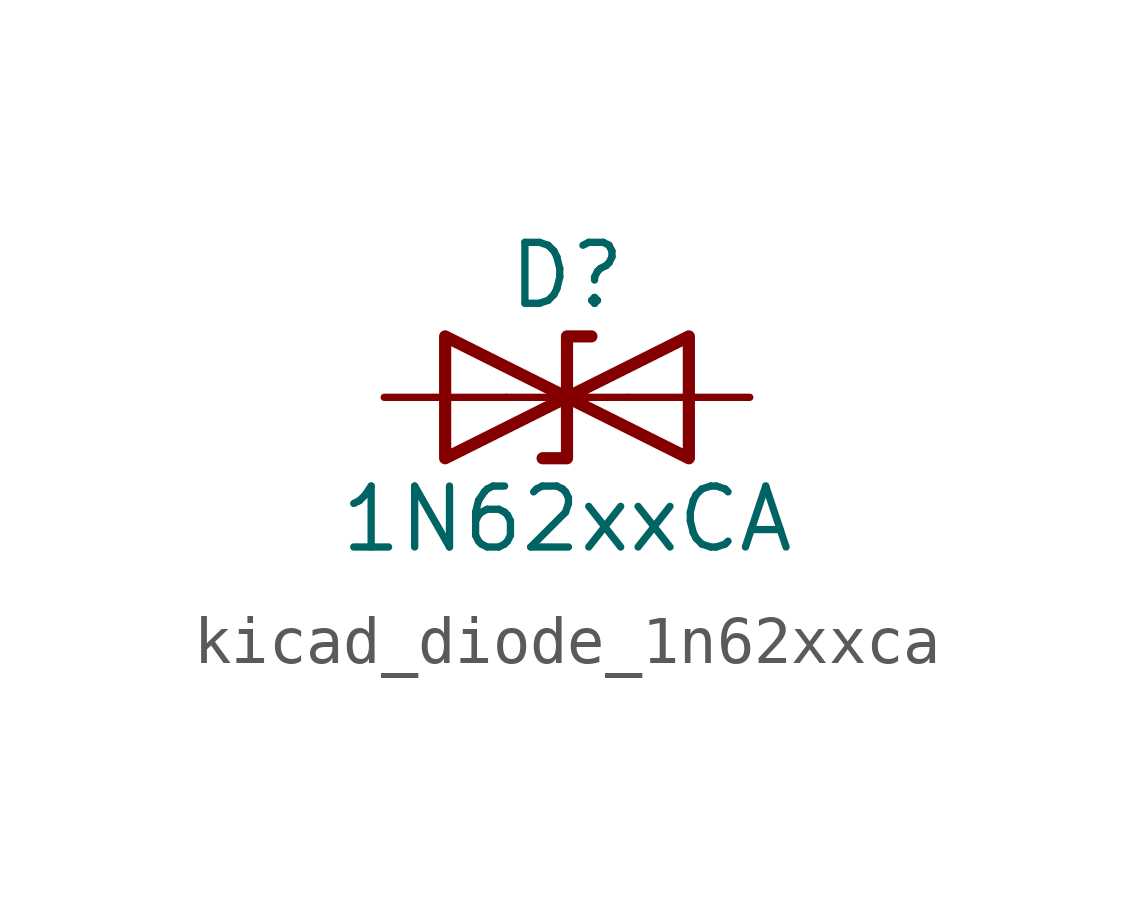
<source format=kicad_sym>
(kicad_symbol_lib
  (version 20220914)
  (generator kicad_symbol_editor)
  (symbol "kicad_diode_1n62xxca"
    (pin_numbers hide)
    (pin_names
      (offset 1.016) hide)
    (property "Reference" "D"
      (at 0 2.54 0)
      (effects (font (size 1.27 1.27))))
    (property "Value" "1N62xxCA"
      (at 0 -2.54 0)
      (effects (font (size 1.27 1.27))))
    (symbol "kicad_diode_1n62xxca_0_1"
      (polyline (pts (xy 1.27 0) (xy -1.27 0)) (stroke (width 0) (type default)) (fill (type none)))
      (polyline (pts (xy -2.54 -1.27) (xy 0 0) (xy -2.54 1.27) (xy -2.54 -1.27)) (stroke (width 0.254) (type default)) (fill (type none)))
      (polyline (pts (xy 0.508 1.27) (xy 0 1.27) (xy 0 -1.27) (xy -0.508 -1.27)) (stroke (width 0.254) (type default)) (fill (type none)))
      (polyline (pts (xy 2.54 1.27) (xy 2.54 -1.27) (xy 0 0) (xy 2.54 1.27)) (stroke (width 0.254) (type default)) (fill (type none))))
    (symbol "kicad_diode_1n62xxca_1_1"
      (pin passive line (at -3.81 0 0) (length 2.54) (name "A1" (effects (font (size 1.27 1.27)))) (number "1" (effects (font (size 1.27 1.27)))))
      (pin passive line (at 3.81 0 180) (length 2.54) (name "A2" (effects (font (size 1.27 1.27)))) (number "2" (effects (font (size 1.27 1.27))))))))
</source>
